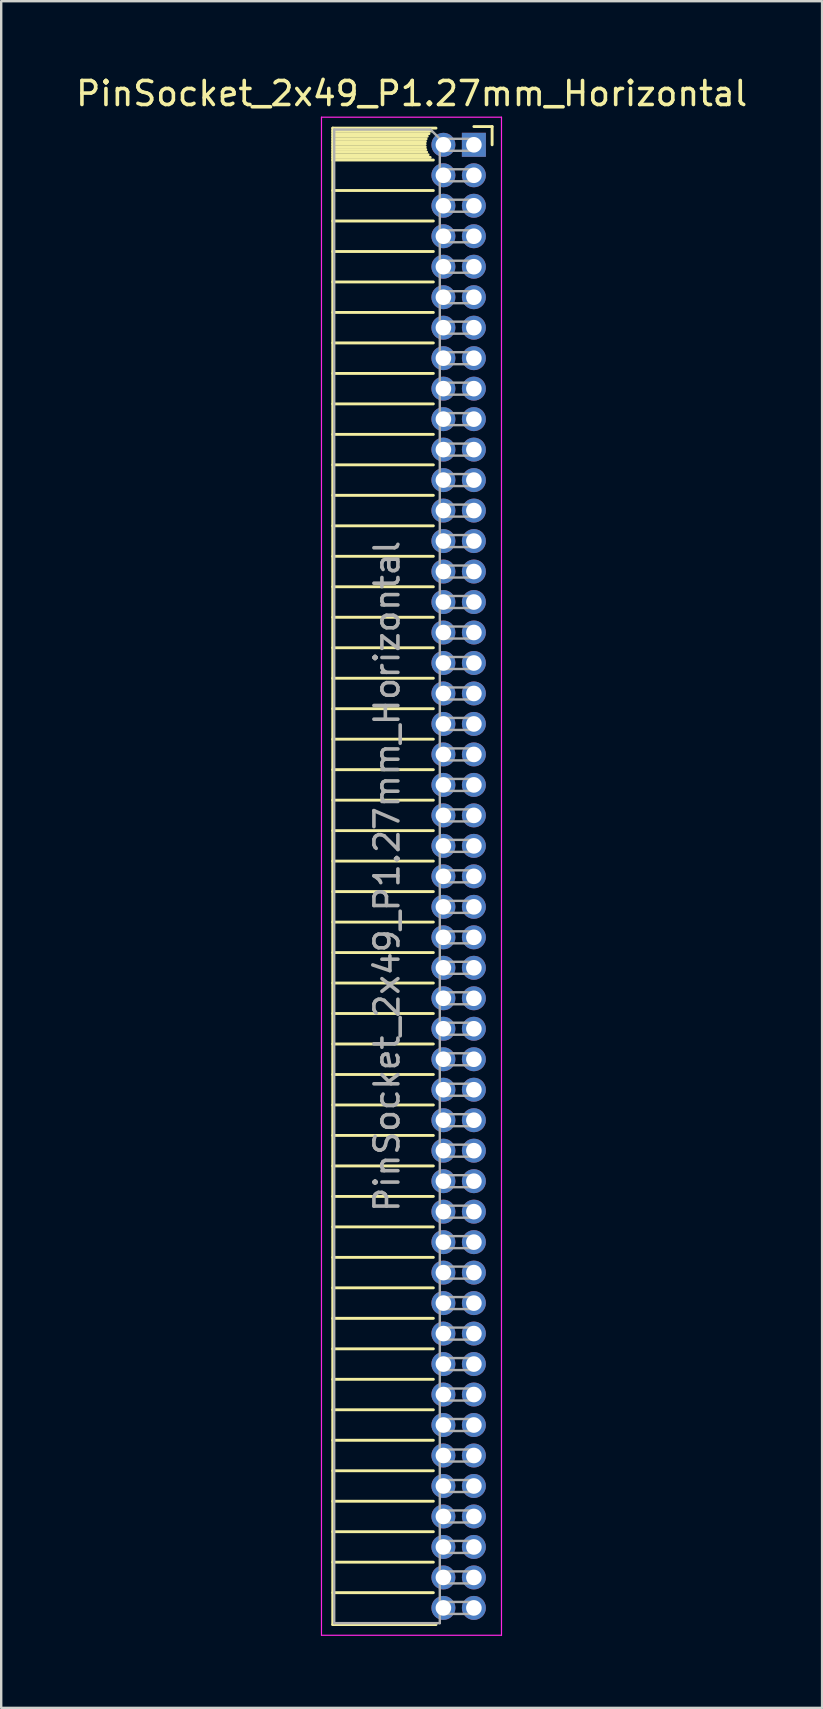
<source format=kicad_pcb>
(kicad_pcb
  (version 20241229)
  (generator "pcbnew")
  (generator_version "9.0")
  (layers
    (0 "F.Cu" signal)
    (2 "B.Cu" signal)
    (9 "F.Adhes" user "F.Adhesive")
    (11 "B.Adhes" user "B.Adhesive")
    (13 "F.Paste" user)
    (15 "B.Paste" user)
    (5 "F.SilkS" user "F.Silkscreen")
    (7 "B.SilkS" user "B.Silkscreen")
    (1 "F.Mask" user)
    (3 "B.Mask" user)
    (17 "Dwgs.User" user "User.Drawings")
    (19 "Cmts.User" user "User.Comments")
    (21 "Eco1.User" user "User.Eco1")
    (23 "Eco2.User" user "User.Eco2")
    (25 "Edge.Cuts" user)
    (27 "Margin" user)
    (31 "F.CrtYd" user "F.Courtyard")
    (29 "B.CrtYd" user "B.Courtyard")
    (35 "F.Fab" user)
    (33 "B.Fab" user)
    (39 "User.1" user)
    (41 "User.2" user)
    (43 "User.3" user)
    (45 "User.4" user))
  (footprint "PinSocket_2x49_P1.27mm_Horizontal"
    (layer "F.Cu")
    (at 16.694 2.983)
    (property "Reference" "PinSocket_2x49_P1.27mm_Horizontal" (at -2.592 -2.135 0) (layer "F.SilkS") (effects (font (size 1 1) (thickness 0.15))))
    (attr through_hole)
    (fp_line (start -5.88 -0.695) (end -5.88 61.655) (stroke (width 0.12) (type solid)) (layer "F.SilkS"))
    (fp_line (start -5.88 -0.695) (end -1.578 -0.695) (stroke (width 0.12) (type solid)) (layer "F.SilkS"))
    (fp_line (start -5.88 -0.575) (end -1.767 -0.575) (stroke (width 0.12) (type solid)) (layer "F.SilkS"))
    (fp_line (start -5.88 -0.465) (end -1.871 -0.465) (stroke (width 0.12) (type solid)) (layer "F.SilkS"))
    (fp_line (start -5.88 -0.355) (end -1.942 -0.355) (stroke (width 0.12) (type solid)) (layer "F.SilkS"))
    (fp_line (start -5.88 -0.245) (end -1.989 -0.245) (stroke (width 0.12) (type solid)) (layer "F.SilkS"))
    (fp_line (start -5.88 -0.135) (end -2.018 -0.135) (stroke (width 0.12) (type solid)) (layer "F.SilkS"))
    (fp_line (start -5.88 -0.025) (end -2.03 -0.025) (stroke (width 0.12) (type solid)) (layer "F.SilkS"))
    (fp_line (start -5.88 0.085) (end -2.025 0.085) (stroke (width 0.12) (type solid)) (layer "F.SilkS"))
    (fp_line (start -5.88 0.195) (end -2.005 0.195) (stroke (width 0.12) (type solid)) (layer "F.SilkS"))
    (fp_line (start -5.88 0.305) (end -1.966 0.305) (stroke (width 0.12) (type solid)) (layer "F.SilkS"))
    (fp_line (start -5.88 0.415) (end -1.907 0.415) (stroke (width 0.12) (type solid)) (layer "F.SilkS"))
    (fp_line (start -5.88 0.525) (end -1.82 0.525) (stroke (width 0.12) (type solid)) (layer "F.SilkS"))
    (fp_line (start -5.88 0.635) (end -1.688 0.635) (stroke (width 0.12) (type solid)) (layer "F.SilkS"))
    (fp_line (start -5.88 1.905) (end -1.688 1.905) (stroke (width 0.12) (type solid)) (layer "F.SilkS"))
    (fp_line (start -5.88 3.175) (end -1.688 3.175) (stroke (width 0.12) (type solid)) (layer "F.SilkS"))
    (fp_line (start -5.88 4.445) (end -1.688 4.445) (stroke (width 0.12) (type solid)) (layer "F.SilkS"))
    (fp_line (start -5.88 5.715) (end -1.688 5.715) (stroke (width 0.12) (type solid)) (layer "F.SilkS"))
    (fp_line (start -5.88 6.985) (end -1.688 6.985) (stroke (width 0.12) (type solid)) (layer "F.SilkS"))
    (fp_line (start -5.88 8.255) (end -1.688 8.255) (stroke (width 0.12) (type solid)) (layer "F.SilkS"))
    (fp_line (start -5.88 9.525) (end -1.688 9.525) (stroke (width 0.12) (type solid)) (layer "F.SilkS"))
    (fp_line (start -5.88 10.795) (end -1.688 10.795) (stroke (width 0.12) (type solid)) (layer "F.SilkS"))
    (fp_line (start -5.88 12.065) (end -1.688 12.065) (stroke (width 0.12) (type solid)) (layer "F.SilkS"))
    (fp_line (start -5.88 13.335) (end -1.688 13.335) (stroke (width 0.12) (type solid)) (layer "F.SilkS"))
    (fp_line (start -5.88 14.605) (end -1.688 14.605) (stroke (width 0.12) (type solid)) (layer "F.SilkS"))
    (fp_line (start -5.88 15.875) (end -1.688 15.875) (stroke (width 0.12) (type solid)) (layer "F.SilkS"))
    (fp_line (start -5.88 17.145) (end -1.688 17.145) (stroke (width 0.12) (type solid)) (layer "F.SilkS"))
    (fp_line (start -5.88 18.415) (end -1.688 18.415) (stroke (width 0.12) (type solid)) (layer "F.SilkS"))
    (fp_line (start -5.88 19.685) (end -1.688 19.685) (stroke (width 0.12) (type solid)) (layer "F.SilkS"))
    (fp_line (start -5.88 20.955) (end -1.688 20.955) (stroke (width 0.12) (type solid)) (layer "F.SilkS"))
    (fp_line (start -5.88 22.225) (end -1.688 22.225) (stroke (width 0.12) (type solid)) (layer "F.SilkS"))
    (fp_line (start -5.88 23.495) (end -1.688 23.495) (stroke (width 0.12) (type solid)) (layer "F.SilkS"))
    (fp_line (start -5.88 24.765) (end -1.688 24.765) (stroke (width 0.12) (type solid)) (layer "F.SilkS"))
    (fp_line (start -5.88 26.035) (end -1.688 26.035) (stroke (width 0.12) (type solid)) (layer "F.SilkS"))
    (fp_line (start -5.88 27.305) (end -1.688 27.305) (stroke (width 0.12) (type solid)) (layer "F.SilkS"))
    (fp_line (start -5.88 28.575) (end -1.688 28.575) (stroke (width 0.12) (type solid)) (layer "F.SilkS"))
    (fp_line (start -5.88 29.845) (end -1.688 29.845) (stroke (width 0.12) (type solid)) (layer "F.SilkS"))
    (fp_line (start -5.88 31.115) (end -1.688 31.115) (stroke (width 0.12) (type solid)) (layer "F.SilkS"))
    (fp_line (start -5.88 32.385) (end -1.688 32.385) (stroke (width 0.12) (type solid)) (layer "F.SilkS"))
    (fp_line (start -5.88 33.655) (end -1.688 33.655) (stroke (width 0.12) (type solid)) (layer "F.SilkS"))
    (fp_line (start -5.88 34.925) (end -1.688 34.925) (stroke (width 0.12) (type solid)) (layer "F.SilkS"))
    (fp_line (start -5.88 36.195) (end -1.688 36.195) (stroke (width 0.12) (type solid)) (layer "F.SilkS"))
    (fp_line (start -5.88 37.465) (end -1.688 37.465) (stroke (width 0.12) (type solid)) (layer "F.SilkS"))
    (fp_line (start -5.88 38.735) (end -1.688 38.735) (stroke (width 0.12) (type solid)) (layer "F.SilkS"))
    (fp_line (start -5.88 40.005) (end -1.688 40.005) (stroke (width 0.12) (type solid)) (layer "F.SilkS"))
    (fp_line (start -5.88 41.275) (end -1.688 41.275) (stroke (width 0.12) (type solid)) (layer "F.SilkS"))
    (fp_line (start -5.88 42.545) (end -1.688 42.545) (stroke (width 0.12) (type solid)) (layer "F.SilkS"))
    (fp_line (start -5.88 43.815) (end -1.688 43.815) (stroke (width 0.12) (type solid)) (layer "F.SilkS"))
    (fp_line (start -5.88 45.085) (end -1.688 45.085) (stroke (width 0.12) (type solid)) (layer "F.SilkS"))
    (fp_line (start -5.88 46.355) (end -1.688 46.355) (stroke (width 0.12) (type solid)) (layer "F.SilkS"))
    (fp_line (start -5.88 47.625) (end -1.688 47.625) (stroke (width 0.12) (type solid)) (layer "F.SilkS"))
    (fp_line (start -5.88 48.895) (end -1.688 48.895) (stroke (width 0.12) (type solid)) (layer "F.SilkS"))
    (fp_line (start -5.88 50.165) (end -1.688 50.165) (stroke (width 0.12) (type solid)) (layer "F.SilkS"))
    (fp_line (start -5.88 51.435) (end -1.688 51.435) (stroke (width 0.12) (type solid)) (layer "F.SilkS"))
    (fp_line (start -5.88 52.705) (end -1.688 52.705) (stroke (width 0.12) (type solid)) (layer "F.SilkS"))
    (fp_line (start -5.88 53.975) (end -1.688 53.975) (stroke (width 0.12) (type solid)) (layer "F.SilkS"))
    (fp_line (start -5.88 55.245) (end -1.688 55.245) (stroke (width 0.12) (type solid)) (layer "F.SilkS"))
    (fp_line (start -5.88 56.515) (end -1.688 56.515) (stroke (width 0.12) (type solid)) (layer "F.SilkS"))
    (fp_line (start -5.88 57.785) (end -1.688 57.785) (stroke (width 0.12) (type solid)) (layer "F.SilkS"))
    (fp_line (start -5.88 59.055) (end -1.688 59.055) (stroke (width 0.12) (type solid)) (layer "F.SilkS"))
    (fp_line (start -5.88 60.325) (end -1.688 60.325) (stroke (width 0.12) (type solid)) (layer "F.SilkS"))
    (fp_line (start -5.88 61.655) (end -1.578 61.655) (stroke (width 0.12) (type solid)) (layer "F.SilkS"))
    (fp_line (start 0 -0.76) (end 0.76 -0.76) (stroke (width 0.12) (type solid)) (layer "F.SilkS"))
    (fp_line (start 0.76 -0.76) (end 0.76 0) (stroke (width 0.12) (type solid)) (layer "F.SilkS"))
    (fp_line (start -6.35 -1.15) (end -6.35 62.1) (stroke (width 0.05) (type solid)) (layer "F.CrtYd"))
    (fp_line (start -6.35 62.1) (end 1.15 62.1) (stroke (width 0.05) (type solid)) (layer "F.CrtYd"))
    (fp_line (start 1.15 -1.15) (end -6.35 -1.15) (stroke (width 0.05) (type solid)) (layer "F.CrtYd"))
    (fp_line (start 1.15 62.1) (end 1.15 -1.15) (stroke (width 0.05) (type solid)) (layer "F.CrtYd"))
    (fp_line (start -5.82 -0.635) (end -1.805 -0.635) (stroke (width 0.1) (type solid)) (layer "F.Fab"))
    (fp_line (start -5.82 61.595) (end -5.82 -0.635) (stroke (width 0.1) (type solid)) (layer "F.Fab"))
    (fp_line (start -1.805 -0.635) (end -1.42 -0.25) (stroke (width 0.1) (type solid)) (layer "F.Fab"))
    (fp_line (start -1.42 -0.25) (end -1.42 61.595) (stroke (width 0.1) (type solid)) (layer "F.Fab"))
    (fp_line (start -1.42 0.25) (end 0 0.25) (stroke (width 0.1) (type solid)) (layer "F.Fab"))
    (fp_line (start -1.42 1.52) (end 0 1.52) (stroke (width 0.1) (type solid)) (layer "F.Fab"))
    (fp_line (start -1.42 2.79) (end 0 2.79) (stroke (width 0.1) (type solid)) (layer "F.Fab"))
    (fp_line (start -1.42 4.06) (end 0 4.06) (stroke (width 0.1) (type solid)) (layer "F.Fab"))
    (fp_line (start -1.42 5.33) (end 0 5.33) (stroke (width 0.1) (type solid)) (layer "F.Fab"))
    (fp_line (start -1.42 6.6) (end 0 6.6) (stroke (width 0.1) (type solid)) (layer "F.Fab"))
    (fp_line (start -1.42 7.87) (end 0 7.87) (stroke (width 0.1) (type solid)) (layer "F.Fab"))
    (fp_line (start -1.42 9.14) (end 0 9.14) (stroke (width 0.1) (type solid)) (layer "F.Fab"))
    (fp_line (start -1.42 10.41) (end 0 10.41) (stroke (width 0.1) (type solid)) (layer "F.Fab"))
    (fp_line (start -1.42 11.68) (end 0 11.68) (stroke (width 0.1) (type solid)) (layer "F.Fab"))
    (fp_line (start -1.42 12.95) (end 0 12.95) (stroke (width 0.1) (type solid)) (layer "F.Fab"))
    (fp_line (start -1.42 14.22) (end 0 14.22) (stroke (width 0.1) (type solid)) (layer "F.Fab"))
    (fp_line (start -1.42 15.49) (end 0 15.49) (stroke (width 0.1) (type solid)) (layer "F.Fab"))
    (fp_line (start -1.42 16.76) (end 0 16.76) (stroke (width 0.1) (type solid)) (layer "F.Fab"))
    (fp_line (start -1.42 18.03) (end 0 18.03) (stroke (width 0.1) (type solid)) (layer "F.Fab"))
    (fp_line (start -1.42 19.3) (end 0 19.3) (stroke (width 0.1) (type solid)) (layer "F.Fab"))
    (fp_line (start -1.42 20.57) (end 0 20.57) (stroke (width 0.1) (type solid)) (layer "F.Fab"))
    (fp_line (start -1.42 21.84) (end 0 21.84) (stroke (width 0.1) (type solid)) (layer "F.Fab"))
    (fp_line (start -1.42 23.11) (end 0 23.11) (stroke (width 0.1) (type solid)) (layer "F.Fab"))
    (fp_line (start -1.42 24.38) (end 0 24.38) (stroke (width 0.1) (type solid)) (layer "F.Fab"))
    (fp_line (start -1.42 25.65) (end 0 25.65) (stroke (width 0.1) (type solid)) (layer "F.Fab"))
    (fp_line (start -1.42 26.92) (end 0 26.92) (stroke (width 0.1) (type solid)) (layer "F.Fab"))
    (fp_line (start -1.42 28.19) (end 0 28.19) (stroke (width 0.1) (type solid)) (layer "F.Fab"))
    (fp_line (start -1.42 29.46) (end 0 29.46) (stroke (width 0.1) (type solid)) (layer "F.Fab"))
    (fp_line (start -1.42 30.73) (end 0 30.73) (stroke (width 0.1) (type solid)) (layer "F.Fab"))
    (fp_line (start -1.42 32) (end 0 32) (stroke (width 0.1) (type solid)) (layer "F.Fab"))
    (fp_line (start -1.42 33.27) (end 0 33.27) (stroke (width 0.1) (type solid)) (layer "F.Fab"))
    (fp_line (start -1.42 34.54) (end 0 34.54) (stroke (width 0.1) (type solid)) (layer "F.Fab"))
    (fp_line (start -1.42 35.81) (end 0 35.81) (stroke (width 0.1) (type solid)) (layer "F.Fab"))
    (fp_line (start -1.42 37.08) (end 0 37.08) (stroke (width 0.1) (type solid)) (layer "F.Fab"))
    (fp_line (start -1.42 38.35) (end 0 38.35) (stroke (width 0.1) (type solid)) (layer "F.Fab"))
    (fp_line (start -1.42 39.62) (end 0 39.62) (stroke (width 0.1) (type solid)) (layer "F.Fab"))
    (fp_line (start -1.42 40.89) (end 0 40.89) (stroke (width 0.1) (type solid)) (layer "F.Fab"))
    (fp_line (start -1.42 42.16) (end 0 42.16) (stroke (width 0.1) (type solid)) (layer "F.Fab"))
    (fp_line (start -1.42 43.43) (end 0 43.43) (stroke (width 0.1) (type solid)) (layer "F.Fab"))
    (fp_line (start -1.42 44.7) (end 0 44.7) (stroke (width 0.1) (type solid)) (layer "F.Fab"))
    (fp_line (start -1.42 45.97) (end 0 45.97) (stroke (width 0.1) (type solid)) (layer "F.Fab"))
    (fp_line (start -1.42 47.24) (end 0 47.24) (stroke (width 0.1) (type solid)) (layer "F.Fab"))
    (fp_line (start -1.42 48.51) (end 0 48.51) (stroke (width 0.1) (type solid)) (layer "F.Fab"))
    (fp_line (start -1.42 49.78) (end 0 49.78) (stroke (width 0.1) (type solid)) (layer "F.Fab"))
    (fp_line (start -1.42 51.05) (end 0 51.05) (stroke (width 0.1) (type solid)) (layer "F.Fab"))
    (fp_line (start -1.42 52.32) (end 0 52.32) (stroke (width 0.1) (type solid)) (layer "F.Fab"))
    (fp_line (start -1.42 53.59) (end 0 53.59) (stroke (width 0.1) (type solid)) (layer "F.Fab"))
    (fp_line (start -1.42 54.86) (end 0 54.86) (stroke (width 0.1) (type solid)) (layer "F.Fab"))
    (fp_line (start -1.42 56.13) (end 0 56.13) (stroke (width 0.1) (type solid)) (layer "F.Fab"))
    (fp_line (start -1.42 57.4) (end 0 57.4) (stroke (width 0.1) (type solid)) (layer "F.Fab"))
    (fp_line (start -1.42 58.67) (end 0 58.67) (stroke (width 0.1) (type solid)) (layer "F.Fab"))
    (fp_line (start -1.42 59.94) (end 0 59.94) (stroke (width 0.1) (type solid)) (layer "F.Fab"))
    (fp_line (start -1.42 61.21) (end 0 61.21) (stroke (width 0.1) (type solid)) (layer "F.Fab"))
    (fp_line (start -1.42 61.595) (end -5.82 61.595) (stroke (width 0.1) (type solid)) (layer "F.Fab"))
    (fp_line (start 0 -0.25) (end -1.42 -0.25) (stroke (width 0.1) (type solid)) (layer "F.Fab"))
    (fp_line (start 0 0.25) (end 0 -0.25) (stroke (width 0.1) (type solid)) (layer "F.Fab"))
    (fp_line (start 0 1.02) (end -1.42 1.02) (stroke (width 0.1) (type solid)) (layer "F.Fab"))
    (fp_line (start 0 1.52) (end 0 1.02) (stroke (width 0.1) (type solid)) (layer "F.Fab"))
    (fp_line (start 0 2.29) (end -1.42 2.29) (stroke (width 0.1) (type solid)) (layer "F.Fab"))
    (fp_line (start 0 2.79) (end 0 2.29) (stroke (width 0.1) (type solid)) (layer "F.Fab"))
    (fp_line (start 0 3.56) (end -1.42 3.56) (stroke (width 0.1) (type solid)) (layer "F.Fab"))
    (fp_line (start 0 4.06) (end 0 3.56) (stroke (width 0.1) (type solid)) (layer "F.Fab"))
    (fp_line (start 0 4.83) (end -1.42 4.83) (stroke (width 0.1) (type solid)) (layer "F.Fab"))
    (fp_line (start 0 5.33) (end 0 4.83) (stroke (width 0.1) (type solid)) (layer "F.Fab"))
    (fp_line (start 0 6.1) (end -1.42 6.1) (stroke (width 0.1) (type solid)) (layer "F.Fab"))
    (fp_line (start 0 6.6) (end 0 6.1) (stroke (width 0.1) (type solid)) (layer "F.Fab"))
    (fp_line (start 0 7.37) (end -1.42 7.37) (stroke (width 0.1) (type solid)) (layer "F.Fab"))
    (fp_line (start 0 7.87) (end 0 7.37) (stroke (width 0.1) (type solid)) (layer "F.Fab"))
    (fp_line (start 0 8.64) (end -1.42 8.64) (stroke (width 0.1) (type solid)) (layer "F.Fab"))
    (fp_line (start 0 9.14) (end 0 8.64) (stroke (width 0.1) (type solid)) (layer "F.Fab"))
    (fp_line (start 0 9.91) (end -1.42 9.91) (stroke (width 0.1) (type solid)) (layer "F.Fab"))
    (fp_line (start 0 10.41) (end 0 9.91) (stroke (width 0.1) (type solid)) (layer "F.Fab"))
    (fp_line (start 0 11.18) (end -1.42 11.18) (stroke (width 0.1) (type solid)) (layer "F.Fab"))
    (fp_line (start 0 11.68) (end 0 11.18) (stroke (width 0.1) (type solid)) (layer "F.Fab"))
    (fp_line (start 0 12.45) (end -1.42 12.45) (stroke (width 0.1) (type solid)) (layer "F.Fab"))
    (fp_line (start 0 12.95) (end 0 12.45) (stroke (width 0.1) (type solid)) (layer "F.Fab"))
    (fp_line (start 0 13.72) (end -1.42 13.72) (stroke (width 0.1) (type solid)) (layer "F.Fab"))
    (fp_line (start 0 14.22) (end 0 13.72) (stroke (width 0.1) (type solid)) (layer "F.Fab"))
    (fp_line (start 0 14.99) (end -1.42 14.99) (stroke (width 0.1) (type solid)) (layer "F.Fab"))
    (fp_line (start 0 15.49) (end 0 14.99) (stroke (width 0.1) (type solid)) (layer "F.Fab"))
    (fp_line (start 0 16.26) (end -1.42 16.26) (stroke (width 0.1) (type solid)) (layer "F.Fab"))
    (fp_line (start 0 16.76) (end 0 16.26) (stroke (width 0.1) (type solid)) (layer "F.Fab"))
    (fp_line (start 0 17.53) (end -1.42 17.53) (stroke (width 0.1) (type solid)) (layer "F.Fab"))
    (fp_line (start 0 18.03) (end 0 17.53) (stroke (width 0.1) (type solid)) (layer "F.Fab"))
    (fp_line (start 0 18.8) (end -1.42 18.8) (stroke (width 0.1) (type solid)) (layer "F.Fab"))
    (fp_line (start 0 19.3) (end 0 18.8) (stroke (width 0.1) (type solid)) (layer "F.Fab"))
    (fp_line (start 0 20.07) (end -1.42 20.07) (stroke (width 0.1) (type solid)) (layer "F.Fab"))
    (fp_line (start 0 20.57) (end 0 20.07) (stroke (width 0.1) (type solid)) (layer "F.Fab"))
    (fp_line (start 0 21.34) (end -1.42 21.34) (stroke (width 0.1) (type solid)) (layer "F.Fab"))
    (fp_line (start 0 21.84) (end 0 21.34) (stroke (width 0.1) (type solid)) (layer "F.Fab"))
    (fp_line (start 0 22.61) (end -1.42 22.61) (stroke (width 0.1) (type solid)) (layer "F.Fab"))
    (fp_line (start 0 23.11) (end 0 22.61) (stroke (width 0.1) (type solid)) (layer "F.Fab"))
    (fp_line (start 0 23.88) (end -1.42 23.88) (stroke (width 0.1) (type solid)) (layer "F.Fab"))
    (fp_line (start 0 24.38) (end 0 23.88) (stroke (width 0.1) (type solid)) (layer "F.Fab"))
    (fp_line (start 0 25.15) (end -1.42 25.15) (stroke (width 0.1) (type solid)) (layer "F.Fab"))
    (fp_line (start 0 25.65) (end 0 25.15) (stroke (width 0.1) (type solid)) (layer "F.Fab"))
    (fp_line (start 0 26.42) (end -1.42 26.42) (stroke (width 0.1) (type solid)) (layer "F.Fab"))
    (fp_line (start 0 26.92) (end 0 26.42) (stroke (width 0.1) (type solid)) (layer "F.Fab"))
    (fp_line (start 0 27.69) (end -1.42 27.69) (stroke (width 0.1) (type solid)) (layer "F.Fab"))
    (fp_line (start 0 28.19) (end 0 27.69) (stroke (width 0.1) (type solid)) (layer "F.Fab"))
    (fp_line (start 0 28.96) (end -1.42 28.96) (stroke (width 0.1) (type solid)) (layer "F.Fab"))
    (fp_line (start 0 29.46) (end 0 28.96) (stroke (width 0.1) (type solid)) (layer "F.Fab"))
    (fp_line (start 0 30.23) (end -1.42 30.23) (stroke (width 0.1) (type solid)) (layer "F.Fab"))
    (fp_line (start 0 30.73) (end 0 30.23) (stroke (width 0.1) (type solid)) (layer "F.Fab"))
    (fp_line (start 0 31.5) (end -1.42 31.5) (stroke (width 0.1) (type solid)) (layer "F.Fab"))
    (fp_line (start 0 32) (end 0 31.5) (stroke (width 0.1) (type solid)) (layer "F.Fab"))
    (fp_line (start 0 32.77) (end -1.42 32.77) (stroke (width 0.1) (type solid)) (layer "F.Fab"))
    (fp_line (start 0 33.27) (end 0 32.77) (stroke (width 0.1) (type solid)) (layer "F.Fab"))
    (fp_line (start 0 34.04) (end -1.42 34.04) (stroke (width 0.1) (type solid)) (layer "F.Fab"))
    (fp_line (start 0 34.54) (end 0 34.04) (stroke (width 0.1) (type solid)) (layer "F.Fab"))
    (fp_line (start 0 35.31) (end -1.42 35.31) (stroke (width 0.1) (type solid)) (layer "F.Fab"))
    (fp_line (start 0 35.81) (end 0 35.31) (stroke (width 0.1) (type solid)) (layer "F.Fab"))
    (fp_line (start 0 36.58) (end -1.42 36.58) (stroke (width 0.1) (type solid)) (layer "F.Fab"))
    (fp_line (start 0 37.08) (end 0 36.58) (stroke (width 0.1) (type solid)) (layer "F.Fab"))
    (fp_line (start 0 37.85) (end -1.42 37.85) (stroke (width 0.1) (type solid)) (layer "F.Fab"))
    (fp_line (start 0 38.35) (end 0 37.85) (stroke (width 0.1) (type solid)) (layer "F.Fab"))
    (fp_line (start 0 39.12) (end -1.42 39.12) (stroke (width 0.1) (type solid)) (layer "F.Fab"))
    (fp_line (start 0 39.62) (end 0 39.12) (stroke (width 0.1) (type solid)) (layer "F.Fab"))
    (fp_line (start 0 40.39) (end -1.42 40.39) (stroke (width 0.1) (type solid)) (layer "F.Fab"))
    (fp_line (start 0 40.89) (end 0 40.39) (stroke (width 0.1) (type solid)) (layer "F.Fab"))
    (fp_line (start 0 41.66) (end -1.42 41.66) (stroke (width 0.1) (type solid)) (layer "F.Fab"))
    (fp_line (start 0 42.16) (end 0 41.66) (stroke (width 0.1) (type solid)) (layer "F.Fab"))
    (fp_line (start 0 42.93) (end -1.42 42.93) (stroke (width 0.1) (type solid)) (layer "F.Fab"))
    (fp_line (start 0 43.43) (end 0 42.93) (stroke (width 0.1) (type solid)) (layer "F.Fab"))
    (fp_line (start 0 44.2) (end -1.42 44.2) (stroke (width 0.1) (type solid)) (layer "F.Fab"))
    (fp_line (start 0 44.7) (end 0 44.2) (stroke (width 0.1) (type solid)) (layer "F.Fab"))
    (fp_line (start 0 45.47) (end -1.42 45.47) (stroke (width 0.1) (type solid)) (layer "F.Fab"))
    (fp_line (start 0 45.97) (end 0 45.47) (stroke (width 0.1) (type solid)) (layer "F.Fab"))
    (fp_line (start 0 46.74) (end -1.42 46.74) (stroke (width 0.1) (type solid)) (layer "F.Fab"))
    (fp_line (start 0 47.24) (end 0 46.74) (stroke (width 0.1) (type solid)) (layer "F.Fab"))
    (fp_line (start 0 48.01) (end -1.42 48.01) (stroke (width 0.1) (type solid)) (layer "F.Fab"))
    (fp_line (start 0 48.51) (end 0 48.01) (stroke (width 0.1) (type solid)) (layer "F.Fab"))
    (fp_line (start 0 49.28) (end -1.42 49.28) (stroke (width 0.1) (type solid)) (layer "F.Fab"))
    (fp_line (start 0 49.78) (end 0 49.28) (stroke (width 0.1) (type solid)) (layer "F.Fab"))
    (fp_line (start 0 50.55) (end -1.42 50.55) (stroke (width 0.1) (type solid)) (layer "F.Fab"))
    (fp_line (start 0 51.05) (end 0 50.55) (stroke (width 0.1) (type solid)) (layer "F.Fab"))
    (fp_line (start 0 51.82) (end -1.42 51.82) (stroke (width 0.1) (type solid)) (layer "F.Fab"))
    (fp_line (start 0 52.32) (end 0 51.82) (stroke (width 0.1) (type solid)) (layer "F.Fab"))
    (fp_line (start 0 53.09) (end -1.42 53.09) (stroke (width 0.1) (type solid)) (layer "F.Fab"))
    (fp_line (start 0 53.59) (end 0 53.09) (stroke (width 0.1) (type solid)) (layer "F.Fab"))
    (fp_line (start 0 54.36) (end -1.42 54.36) (stroke (width 0.1) (type solid)) (layer "F.Fab"))
    (fp_line (start 0 54.86) (end 0 54.36) (stroke (width 0.1) (type solid)) (layer "F.Fab"))
    (fp_line (start 0 55.63) (end -1.42 55.63) (stroke (width 0.1) (type solid)) (layer "F.Fab"))
    (fp_line (start 0 56.13) (end 0 55.63) (stroke (width 0.1) (type solid)) (layer "F.Fab"))
    (fp_line (start 0 56.9) (end -1.42 56.9) (stroke (width 0.1) (type solid)) (layer "F.Fab"))
    (fp_line (start 0 57.4) (end 0 56.9) (stroke (width 0.1) (type solid)) (layer "F.Fab"))
    (fp_line (start 0 58.17) (end -1.42 58.17) (stroke (width 0.1) (type solid)) (layer "F.Fab"))
    (fp_line (start 0 58.67) (end 0 58.17) (stroke (width 0.1) (type solid)) (layer "F.Fab"))
    (fp_line (start 0 59.44) (end -1.42 59.44) (stroke (width 0.1) (type solid)) (layer "F.Fab"))
    (fp_line (start 0 59.94) (end 0 59.44) (stroke (width 0.1) (type solid)) (layer "F.Fab"))
    (fp_line (start 0 60.71) (end -1.42 60.71) (stroke (width 0.1) (type solid)) (layer "F.Fab"))
    (fp_line (start 0 61.21) (end 0 60.71) (stroke (width 0.1) (type solid)) (layer "F.Fab"))
    (fp_text user "${REFERENCE}" (at -3.62 30.48 90) (layer "F.Fab") (effects (font (size 1 1) (thickness 0.15))))
    (pad "1" thru_hole rect (at 0 0) (size 1 1) (drill 0.65) (layers "*.Cu" "*.Mask"))
    (pad "2" thru_hole oval (at -1.27 0) (size 1 1) (drill 0.65) (layers "*.Cu" "*.Mask"))
    (pad "3" thru_hole oval (at 0 1.27) (size 1 1) (drill 0.65) (layers "*.Cu" "*.Mask"))
    (pad "4" thru_hole oval (at -1.27 1.27) (size 1 1) (drill 0.65) (layers "*.Cu" "*.Mask"))
    (pad "5" thru_hole oval (at 0 2.54) (size 1 1) (drill 0.65) (layers "*.Cu" "*.Mask"))
    (pad "6" thru_hole oval (at -1.27 2.54) (size 1 1) (drill 0.65) (layers "*.Cu" "*.Mask"))
    (pad "7" thru_hole oval (at 0 3.81) (size 1 1) (drill 0.65) (layers "*.Cu" "*.Mask"))
    (pad "8" thru_hole oval (at -1.27 3.81) (size 1 1) (drill 0.65) (layers "*.Cu" "*.Mask"))
    (pad "9" thru_hole oval (at 0 5.08) (size 1 1) (drill 0.65) (layers "*.Cu" "*.Mask"))
    (pad "10" thru_hole oval (at -1.27 5.08) (size 1 1) (drill 0.65) (layers "*.Cu" "*.Mask"))
    (pad "11" thru_hole oval (at 0 6.35) (size 1 1) (drill 0.65) (layers "*.Cu" "*.Mask"))
    (pad "12" thru_hole oval (at -1.27 6.35) (size 1 1) (drill 0.65) (layers "*.Cu" "*.Mask"))
    (pad "13" thru_hole oval (at 0 7.62) (size 1 1) (drill 0.65) (layers "*.Cu" "*.Mask"))
    (pad "14" thru_hole oval (at -1.27 7.62) (size 1 1) (drill 0.65) (layers "*.Cu" "*.Mask"))
    (pad "15" thru_hole oval (at 0 8.89) (size 1 1) (drill 0.65) (layers "*.Cu" "*.Mask"))
    (pad "16" thru_hole oval (at -1.27 8.89) (size 1 1) (drill 0.65) (layers "*.Cu" "*.Mask"))
    (pad "17" thru_hole oval (at 0 10.16) (size 1 1) (drill 0.65) (layers "*.Cu" "*.Mask"))
    (pad "18" thru_hole oval (at -1.27 10.16) (size 1 1) (drill 0.65) (layers "*.Cu" "*.Mask"))
    (pad "19" thru_hole oval (at 0 11.43) (size 1 1) (drill 0.65) (layers "*.Cu" "*.Mask"))
    (pad "20" thru_hole oval (at -1.27 11.43) (size 1 1) (drill 0.65) (layers "*.Cu" "*.Mask"))
    (pad "21" thru_hole oval (at 0 12.7) (size 1 1) (drill 0.65) (layers "*.Cu" "*.Mask"))
    (pad "22" thru_hole oval (at -1.27 12.7) (size 1 1) (drill 0.65) (layers "*.Cu" "*.Mask"))
    (pad "23" thru_hole oval (at 0 13.97) (size 1 1) (drill 0.65) (layers "*.Cu" "*.Mask"))
    (pad "24" thru_hole oval (at -1.27 13.97) (size 1 1) (drill 0.65) (layers "*.Cu" "*.Mask"))
    (pad "25" thru_hole oval (at 0 15.24) (size 1 1) (drill 0.65) (layers "*.Cu" "*.Mask"))
    (pad "26" thru_hole oval (at -1.27 15.24) (size 1 1) (drill 0.65) (layers "*.Cu" "*.Mask"))
    (pad "27" thru_hole oval (at 0 16.51) (size 1 1) (drill 0.65) (layers "*.Cu" "*.Mask"))
    (pad "28" thru_hole oval (at -1.27 16.51) (size 1 1) (drill 0.65) (layers "*.Cu" "*.Mask"))
    (pad "29" thru_hole oval (at 0 17.78) (size 1 1) (drill 0.65) (layers "*.Cu" "*.Mask"))
    (pad "30" thru_hole oval (at -1.27 17.78) (size 1 1) (drill 0.65) (layers "*.Cu" "*.Mask"))
    (pad "31" thru_hole oval (at 0 19.05) (size 1 1) (drill 0.65) (layers "*.Cu" "*.Mask"))
    (pad "32" thru_hole oval (at -1.27 19.05) (size 1 1) (drill 0.65) (layers "*.Cu" "*.Mask"))
    (pad "33" thru_hole oval (at 0 20.32) (size 1 1) (drill 0.65) (layers "*.Cu" "*.Mask"))
    (pad "34" thru_hole oval (at -1.27 20.32) (size 1 1) (drill 0.65) (layers "*.Cu" "*.Mask"))
    (pad "35" thru_hole oval (at 0 21.59) (size 1 1) (drill 0.65) (layers "*.Cu" "*.Mask"))
    (pad "36" thru_hole oval (at -1.27 21.59) (size 1 1) (drill 0.65) (layers "*.Cu" "*.Mask"))
    (pad "37" thru_hole oval (at 0 22.86) (size 1 1) (drill 0.65) (layers "*.Cu" "*.Mask"))
    (pad "38" thru_hole oval (at -1.27 22.86) (size 1 1) (drill 0.65) (layers "*.Cu" "*.Mask"))
    (pad "39" thru_hole oval (at 0 24.13) (size 1 1) (drill 0.65) (layers "*.Cu" "*.Mask"))
    (pad "40" thru_hole oval (at -1.27 24.13) (size 1 1) (drill 0.65) (layers "*.Cu" "*.Mask"))
    (pad "41" thru_hole oval (at 0 25.4) (size 1 1) (drill 0.65) (layers "*.Cu" "*.Mask"))
    (pad "42" thru_hole oval (at -1.27 25.4) (size 1 1) (drill 0.65) (layers "*.Cu" "*.Mask"))
    (pad "43" thru_hole oval (at 0 26.67) (size 1 1) (drill 0.65) (layers "*.Cu" "*.Mask"))
    (pad "44" thru_hole oval (at -1.27 26.67) (size 1 1) (drill 0.65) (layers "*.Cu" "*.Mask"))
    (pad "45" thru_hole oval (at 0 27.94) (size 1 1) (drill 0.65) (layers "*.Cu" "*.Mask"))
    (pad "46" thru_hole oval (at -1.27 27.94) (size 1 1) (drill 0.65) (layers "*.Cu" "*.Mask"))
    (pad "47" thru_hole oval (at 0 29.21) (size 1 1) (drill 0.65) (layers "*.Cu" "*.Mask"))
    (pad "48" thru_hole oval (at -1.27 29.21) (size 1 1) (drill 0.65) (layers "*.Cu" "*.Mask"))
    (pad "49" thru_hole oval (at 0 30.48) (size 1 1) (drill 0.65) (layers "*.Cu" "*.Mask"))
    (pad "50" thru_hole oval (at -1.27 30.48) (size 1 1) (drill 0.65) (layers "*.Cu" "*.Mask"))
    (pad "51" thru_hole oval (at 0 31.75) (size 1 1) (drill 0.65) (layers "*.Cu" "*.Mask"))
    (pad "52" thru_hole oval (at -1.27 31.75) (size 1 1) (drill 0.65) (layers "*.Cu" "*.Mask"))
    (pad "53" thru_hole oval (at 0 33.02) (size 1 1) (drill 0.65) (layers "*.Cu" "*.Mask"))
    (pad "54" thru_hole oval (at -1.27 33.02) (size 1 1) (drill 0.65) (layers "*.Cu" "*.Mask"))
    (pad "55" thru_hole oval (at 0 34.29) (size 1 1) (drill 0.65) (layers "*.Cu" "*.Mask"))
    (pad "56" thru_hole oval (at -1.27 34.29) (size 1 1) (drill 0.65) (layers "*.Cu" "*.Mask"))
    (pad "57" thru_hole oval (at 0 35.56) (size 1 1) (drill 0.65) (layers "*.Cu" "*.Mask"))
    (pad "58" thru_hole oval (at -1.27 35.56) (size 1 1) (drill 0.65) (layers "*.Cu" "*.Mask"))
    (pad "59" thru_hole oval (at 0 36.83) (size 1 1) (drill 0.65) (layers "*.Cu" "*.Mask"))
    (pad "60" thru_hole oval (at -1.27 36.83) (size 1 1) (drill 0.65) (layers "*.Cu" "*.Mask"))
    (pad "61" thru_hole oval (at 0 38.1) (size 1 1) (drill 0.65) (layers "*.Cu" "*.Mask"))
    (pad "62" thru_hole oval (at -1.27 38.1) (size 1 1) (drill 0.65) (layers "*.Cu" "*.Mask"))
    (pad "63" thru_hole oval (at 0 39.37) (size 1 1) (drill 0.65) (layers "*.Cu" "*.Mask"))
    (pad "64" thru_hole oval (at -1.27 39.37) (size 1 1) (drill 0.65) (layers "*.Cu" "*.Mask"))
    (pad "65" thru_hole oval (at 0 40.64) (size 1 1) (drill 0.65) (layers "*.Cu" "*.Mask"))
    (pad "66" thru_hole oval (at -1.27 40.64) (size 1 1) (drill 0.65) (layers "*.Cu" "*.Mask"))
    (pad "67" thru_hole oval (at 0 41.91) (size 1 1) (drill 0.65) (layers "*.Cu" "*.Mask"))
    (pad "68" thru_hole oval (at -1.27 41.91) (size 1 1) (drill 0.65) (layers "*.Cu" "*.Mask"))
    (pad "69" thru_hole oval (at 0 43.18) (size 1 1) (drill 0.65) (layers "*.Cu" "*.Mask"))
    (pad "70" thru_hole oval (at -1.27 43.18) (size 1 1) (drill 0.65) (layers "*.Cu" "*.Mask"))
    (pad "71" thru_hole oval (at 0 44.45) (size 1 1) (drill 0.65) (layers "*.Cu" "*.Mask"))
    (pad "72" thru_hole oval (at -1.27 44.45) (size 1 1) (drill 0.65) (layers "*.Cu" "*.Mask"))
    (pad "73" thru_hole oval (at 0 45.72) (size 1 1) (drill 0.65) (layers "*.Cu" "*.Mask"))
    (pad "74" thru_hole oval (at -1.27 45.72) (size 1 1) (drill 0.65) (layers "*.Cu" "*.Mask"))
    (pad "75" thru_hole oval (at 0 46.99) (size 1 1) (drill 0.65) (layers "*.Cu" "*.Mask"))
    (pad "76" thru_hole oval (at -1.27 46.99) (size 1 1) (drill 0.65) (layers "*.Cu" "*.Mask"))
    (pad "77" thru_hole oval (at 0 48.26) (size 1 1) (drill 0.65) (layers "*.Cu" "*.Mask"))
    (pad "78" thru_hole oval (at -1.27 48.26) (size 1 1) (drill 0.65) (layers "*.Cu" "*.Mask"))
    (pad "79" thru_hole oval (at 0 49.53) (size 1 1) (drill 0.65) (layers "*.Cu" "*.Mask"))
    (pad "80" thru_hole oval (at -1.27 49.53) (size 1 1) (drill 0.65) (layers "*.Cu" "*.Mask"))
    (pad "81" thru_hole oval (at 0 50.8) (size 1 1) (drill 0.65) (layers "*.Cu" "*.Mask"))
    (pad "82" thru_hole oval (at -1.27 50.8) (size 1 1) (drill 0.65) (layers "*.Cu" "*.Mask"))
    (pad "83" thru_hole oval (at 0 52.07) (size 1 1) (drill 0.65) (layers "*.Cu" "*.Mask"))
    (pad "84" thru_hole oval (at -1.27 52.07) (size 1 1) (drill 0.65) (layers "*.Cu" "*.Mask"))
    (pad "85" thru_hole oval (at 0 53.34) (size 1 1) (drill 0.65) (layers "*.Cu" "*.Mask"))
    (pad "86" thru_hole oval (at -1.27 53.34) (size 1 1) (drill 0.65) (layers "*.Cu" "*.Mask"))
    (pad "87" thru_hole oval (at 0 54.61) (size 1 1) (drill 0.65) (layers "*.Cu" "*.Mask"))
    (pad "88" thru_hole oval (at -1.27 54.61) (size 1 1) (drill 0.65) (layers "*.Cu" "*.Mask"))
    (pad "89" thru_hole oval (at 0 55.88) (size 1 1) (drill 0.65) (layers "*.Cu" "*.Mask"))
    (pad "90" thru_hole oval (at -1.27 55.88) (size 1 1) (drill 0.65) (layers "*.Cu" "*.Mask"))
    (pad "91" thru_hole oval (at 0 57.15) (size 1 1) (drill 0.65) (layers "*.Cu" "*.Mask"))
    (pad "92" thru_hole oval (at -1.27 57.15) (size 1 1) (drill 0.65) (layers "*.Cu" "*.Mask"))
    (pad "93" thru_hole oval (at 0 58.42) (size 1 1) (drill 0.65) (layers "*.Cu" "*.Mask"))
    (pad "94" thru_hole oval (at -1.27 58.42) (size 1 1) (drill 0.65) (layers "*.Cu" "*.Mask"))
    (pad "95" thru_hole oval (at 0 59.69) (size 1 1) (drill 0.65) (layers "*.Cu" "*.Mask"))
    (pad "96" thru_hole oval (at -1.27 59.69) (size 1 1) (drill 0.65) (layers "*.Cu" "*.Mask"))
    (pad "97" thru_hole oval (at 0 60.96) (size 1 1) (drill 0.65) (layers "*.Cu" "*.Mask"))
    (pad "98" thru_hole oval (at -1.27 60.96) (size 1 1) (drill 0.65) (layers "*.Cu" "*.Mask")))
  (gr_rect
    (start -3 -3)
    (end 31.202 68.108)
    (stroke (width 0.1) (type default))
    (fill no)
    (layer "Edge.Cuts")))
</source>
